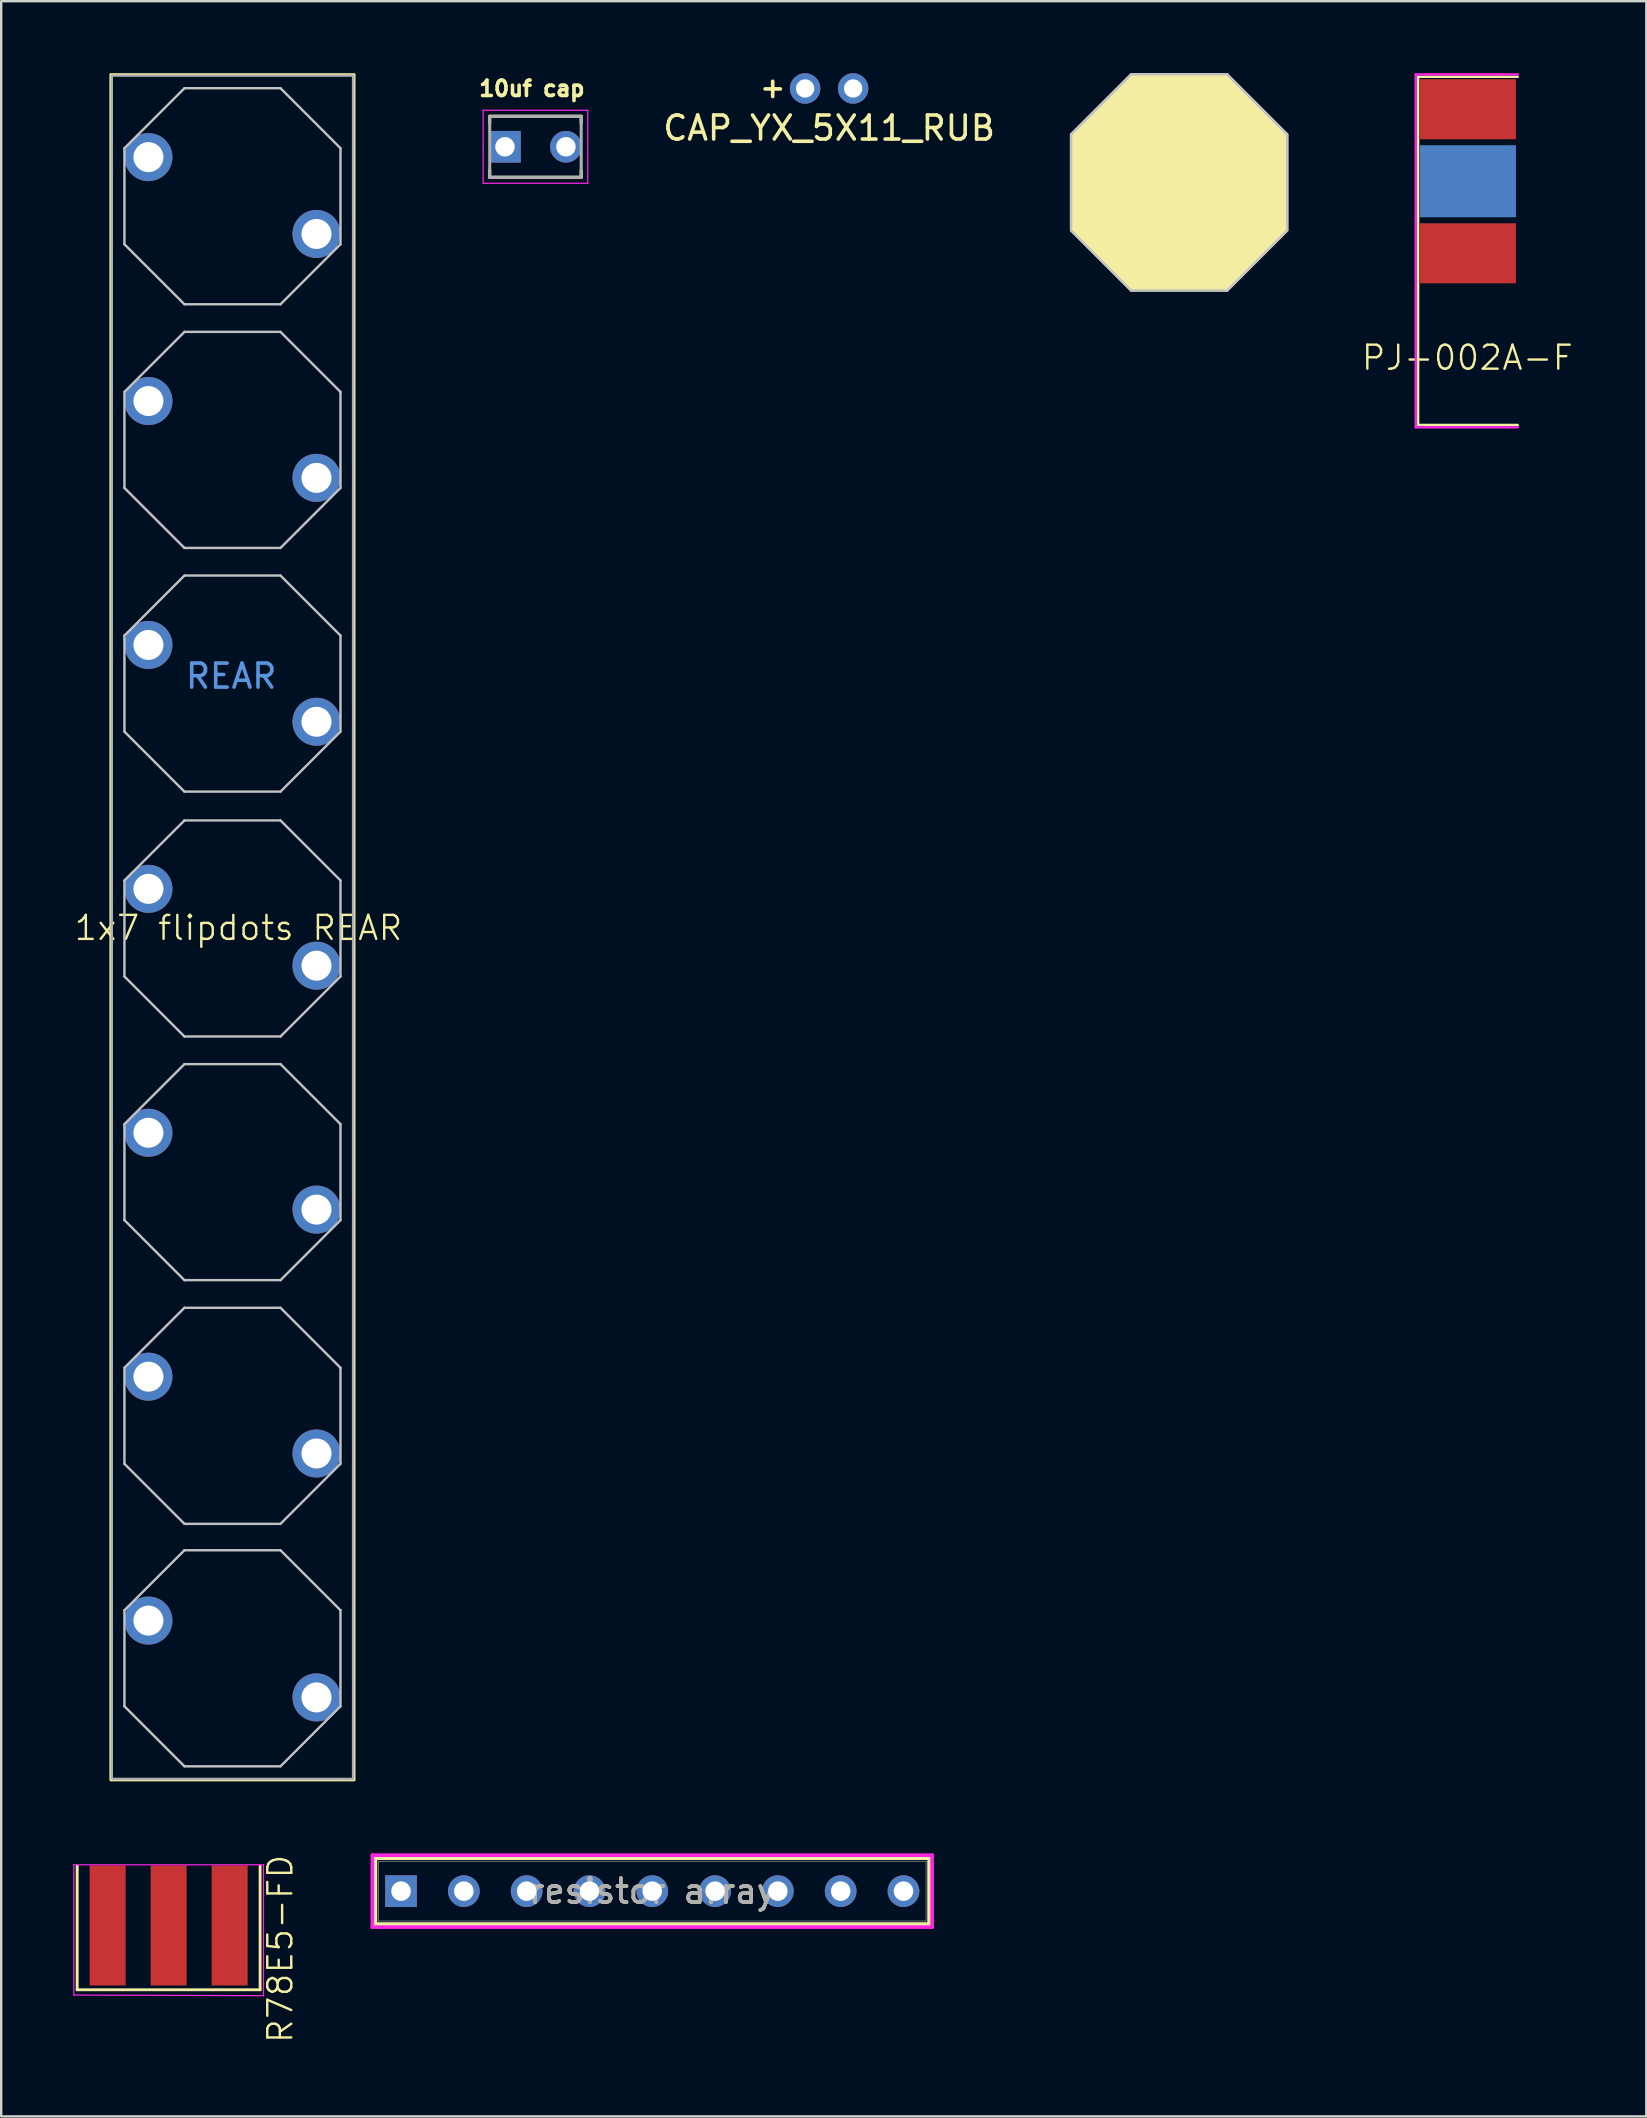
<source format=kicad_pcb>
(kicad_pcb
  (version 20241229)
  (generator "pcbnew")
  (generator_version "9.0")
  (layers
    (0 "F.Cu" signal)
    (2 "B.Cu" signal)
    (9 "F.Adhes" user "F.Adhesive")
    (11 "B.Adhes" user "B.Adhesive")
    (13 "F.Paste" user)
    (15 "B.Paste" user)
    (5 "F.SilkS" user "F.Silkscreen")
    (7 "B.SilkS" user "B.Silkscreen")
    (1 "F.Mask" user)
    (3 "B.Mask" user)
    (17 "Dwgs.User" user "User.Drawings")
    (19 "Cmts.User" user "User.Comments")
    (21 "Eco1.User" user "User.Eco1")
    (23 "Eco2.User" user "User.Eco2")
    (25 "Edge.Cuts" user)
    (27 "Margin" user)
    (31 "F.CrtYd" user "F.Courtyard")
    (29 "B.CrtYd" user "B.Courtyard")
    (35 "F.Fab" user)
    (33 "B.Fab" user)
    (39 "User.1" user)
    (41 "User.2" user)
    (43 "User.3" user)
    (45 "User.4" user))
  (footprint "1x7 flipdots REAR"
    (layer "F.Cu")
    (at 6.633 35.6)
    (property "Reference" "1x7 flipdots REAR" (at 0.25 0 0) (unlocked yes) (layer "F.SilkS") (effects (font (size 1 1) (thickness 0.1))))
    (attr through_hole)
    (fp_rect (start 5.075 -35.55) (end -5.075 35.5) (stroke (width 0.1) (type default)) (fill no) (layer "F.SilkS"))
    (fp_line (start -4.5 -32.475) (end -2 -34.975) (stroke (width 0.1) (type default)) (layer "Dwgs.User"))
    (fp_line (start -4.5 -28.475) (end -4.5 -32.475) (stroke (width 0.1) (type default)) (layer "Dwgs.User"))
    (fp_line (start -4.5 -22.325) (end -2 -24.825) (stroke (width 0.1) (type default)) (layer "Dwgs.User"))
    (fp_line (start -4.5 -18.325) (end -4.5 -22.325) (stroke (width 0.1) (type default)) (layer "Dwgs.User"))
    (fp_line (start -4.5 -12.175) (end -2 -14.675) (stroke (width 0.1) (type default)) (layer "Dwgs.User"))
    (fp_line (start -4.5 -8.175) (end -4.5 -12.175) (stroke (width 0.1) (type default)) (layer "Dwgs.User"))
    (fp_line (start -4.5 -1.975) (end -2 -4.475) (stroke (width 0.1) (type default)) (layer "Dwgs.User"))
    (fp_line (start -4.5 2.025) (end -4.5 -1.975) (stroke (width 0.1) (type default)) (layer "Dwgs.User"))
    (fp_line (start -4.5 8.175) (end -2 5.675) (stroke (width 0.1) (type default)) (layer "Dwgs.User"))
    (fp_line (start -4.5 12.175) (end -4.5 8.175) (stroke (width 0.1) (type default)) (layer "Dwgs.User"))
    (fp_line (start -4.5 18.325) (end -2 15.825) (stroke (width 0.1) (type default)) (layer "Dwgs.User"))
    (fp_line (start -4.5 22.325) (end -4.5 18.325) (stroke (width 0.1) (type default)) (layer "Dwgs.User"))
    (fp_line (start -4.5 28.425) (end -2 25.925) (stroke (width 0.1) (type default)) (layer "Dwgs.User"))
    (fp_line (start -4.5 32.425) (end -4.5 28.425) (stroke (width 0.1) (type default)) (layer "Dwgs.User"))
    (fp_line (start -2 -34.975) (end 2 -34.975) (stroke (width 0.1) (type default)) (layer "Dwgs.User"))
    (fp_line (start -2 -25.975) (end -4.5 -28.475) (stroke (width 0.1) (type default)) (layer "Dwgs.User"))
    (fp_line (start -2 -24.825) (end 2 -24.825) (stroke (width 0.1) (type default)) (layer "Dwgs.User"))
    (fp_line (start -2 -15.825) (end -4.5 -18.325) (stroke (width 0.1) (type default)) (layer "Dwgs.User"))
    (fp_line (start -2 -14.675) (end 2 -14.675) (stroke (width 0.1) (type default)) (layer "Dwgs.User"))
    (fp_line (start -2 -5.675) (end -4.5 -8.175) (stroke (width 0.1) (type default)) (layer "Dwgs.User"))
    (fp_line (start -2 -4.475) (end 2 -4.475) (stroke (width 0.1) (type default)) (layer "Dwgs.User"))
    (fp_line (start -2 4.525) (end -4.5 2.025) (stroke (width 0.1) (type default)) (layer "Dwgs.User"))
    (fp_line (start -2 5.675) (end 2 5.675) (stroke (width 0.1) (type default)) (layer "Dwgs.User"))
    (fp_line (start -2 14.675) (end -4.5 12.175) (stroke (width 0.1) (type default)) (layer "Dwgs.User"))
    (fp_line (start -2 15.825) (end 2 15.825) (stroke (width 0.1) (type default)) (layer "Dwgs.User"))
    (fp_line (start -2 24.825) (end -4.5 22.325) (stroke (width 0.1) (type default)) (layer "Dwgs.User"))
    (fp_line (start -2 25.925) (end 2 25.925) (stroke (width 0.1) (type default)) (layer "Dwgs.User"))
    (fp_line (start -2 34.925) (end -4.5 32.425) (stroke (width 0.1) (type default)) (layer "Dwgs.User"))
    (fp_line (start 2 -34.975) (end 4.5 -32.475) (stroke (width 0.1) (type default)) (layer "Dwgs.User"))
    (fp_line (start 2 -25.975) (end -2 -25.975) (stroke (width 0.1) (type default)) (layer "Dwgs.User"))
    (fp_line (start 2 -24.825) (end 4.5 -22.325) (stroke (width 0.1) (type default)) (layer "Dwgs.User"))
    (fp_line (start 2 -15.825) (end -2 -15.825) (stroke (width 0.1) (type default)) (layer "Dwgs.User"))
    (fp_line (start 2 -14.675) (end 4.5 -12.175) (stroke (width 0.1) (type default)) (layer "Dwgs.User"))
    (fp_line (start 2 -5.675) (end -2 -5.675) (stroke (width 0.1) (type default)) (layer "Dwgs.User"))
    (fp_line (start 2 -4.475) (end 4.5 -1.975) (stroke (width 0.1) (type default)) (layer "Dwgs.User"))
    (fp_line (start 2 4.525) (end -2 4.525) (stroke (width 0.1) (type default)) (layer "Dwgs.User"))
    (fp_line (start 2 5.675) (end 4.5 8.175) (stroke (width 0.1) (type default)) (layer "Dwgs.User"))
    (fp_line (start 2 14.675) (end -2 14.675) (stroke (width 0.1) (type default)) (layer "Dwgs.User"))
    (fp_line (start 2 15.825) (end 4.5 18.325) (stroke (width 0.1) (type default)) (layer "Dwgs.User"))
    (fp_line (start 2 24.825) (end -2 24.825) (stroke (width 0.1) (type default)) (layer "Dwgs.User"))
    (fp_line (start 2 25.925) (end 4.5 28.425) (stroke (width 0.1) (type default)) (layer "Dwgs.User"))
    (fp_line (start 2 34.925) (end -2 34.925) (stroke (width 0.1) (type default)) (layer "Dwgs.User"))
    (fp_line (start 4.5 -32.475) (end 4.5 -28.475) (stroke (width 0.1) (type default)) (layer "Dwgs.User"))
    (fp_line (start 4.5 -28.475) (end 2 -25.975) (stroke (width 0.1) (type default)) (layer "Dwgs.User"))
    (fp_line (start 4.5 -22.325) (end 4.5 -18.325) (stroke (width 0.1) (type default)) (layer "Dwgs.User"))
    (fp_line (start 4.5 -18.325) (end 2 -15.825) (stroke (width 0.1) (type default)) (layer "Dwgs.User"))
    (fp_line (start 4.5 -12.175) (end 4.5 -8.175) (stroke (width 0.1) (type default)) (layer "Dwgs.User"))
    (fp_line (start 4.5 -8.175) (end 2 -5.675) (stroke (width 0.1) (type default)) (layer "Dwgs.User"))
    (fp_line (start 4.5 -1.975) (end 4.5 2.025) (stroke (width 0.1) (type default)) (layer "Dwgs.User"))
    (fp_line (start 4.5 2.025) (end 2 4.525) (stroke (width 0.1) (type default)) (layer "Dwgs.User"))
    (fp_line (start 4.5 8.175) (end 4.5 12.175) (stroke (width 0.1) (type default)) (layer "Dwgs.User"))
    (fp_line (start 4.5 12.175) (end 2 14.675) (stroke (width 0.1) (type default)) (layer "Dwgs.User"))
    (fp_line (start 4.5 18.325) (end 4.5 22.325) (stroke (width 0.1) (type default)) (layer "Dwgs.User"))
    (fp_line (start 4.5 22.325) (end 2 24.825) (stroke (width 0.1) (type default)) (layer "Dwgs.User"))
    (fp_line (start 4.5 28.425) (end 4.5 32.425) (stroke (width 0.1) (type default)) (layer "Dwgs.User"))
    (fp_line (start 4.5 32.425) (end 2 34.925) (stroke (width 0.1) (type default)) (layer "Dwgs.User"))
    (fp_rect (start 5.025 -35.5) (end -5.025 35.45) (stroke (width 0.1) (type default)) (fill no) (layer "F.Fab"))
    (fp_text user "REAR" (at 1.925 -9.9 0) (unlocked yes) (layer "Cmts.User") (effects (font (size 1 1) (thickness 0.15)) (justify right bottom)))
    (pad "1-UA" thru_hole circle (at -3.5 -32.105 90) (size 2 2) (drill 1.25) (layers "*.Cu" "*.Mask"))
    (pad "1-UB" thru_hole circle (at -3.5 -21.945 90) (size 2 2) (drill 1.25) (layers "*.Cu" "*.Mask"))
    (pad "1-UC" thru_hole circle (at -3.5 -11.785 90) (size 2 2) (drill 1.25) (layers "*.Cu" "*.Mask"))
    (pad "1-UD" thru_hole circle (at -3.5 -1.625 90) (size 2 2) (drill 1.25) (layers "*.Cu" "*.Mask"))
    (pad "1-UE" thru_hole circle (at -3.5 8.535 90) (size 2 2) (drill 1.25) (layers "*.Cu" "*.Mask"))
    (pad "1-UF" thru_hole circle (at -3.5 18.695 90) (size 2 2) (drill 1.25) (layers "*.Cu" "*.Mask"))
    (pad "1-UG" thru_hole circle (at -3.5 28.855 90) (size 2 2) (drill 1.25) (layers "*.Cu" "*.Mask"))
    (pad "2-UA" thru_hole circle (at 3.5 -28.905 90) (size 2 2) (drill 1.25) (layers "*.Cu" "*.Mask"))
    (pad "2-UB" thru_hole circle (at 3.5 -18.745 90) (size 2 2) (drill 1.25) (layers "*.Cu" "*.Mask"))
    (pad "2-UC" thru_hole circle (at 3.5 -8.585 90) (size 2 2) (drill 1.25) (layers "*.Cu" "*.Mask"))
    (pad "2-UD" thru_hole circle (at 3.5 1.575 90) (size 2 2) (drill 1.25) (layers "*.Cu" "*.Mask"))
    (pad "2-UE" thru_hole circle (at 3.5 11.735 90) (size 2 2) (drill 1.25) (layers "*.Cu" "*.Mask"))
    (pad "2-UF" thru_hole circle (at 3.5 21.895 90) (size 2 2) (drill 1.25) (layers "*.Cu" "*.Mask"))
    (pad "2-UG" thru_hole circle (at 3.5 32.055 90) (size 2 2) (drill 1.25) (layers "*.Cu" "*.Mask")))
  (footprint "PJ-002A-F"
    (layer "F.Cu")
    (at 58.097 4.5)
    (property "Reference" "PJ-002A-F" (at -0.025 7.35 0) (unlocked yes) (layer "F.SilkS") (effects (font (size 1 1) (thickness 0.1))))
    (attr smd)
    (fp_line (start -2.075 -4.35) (end -2.075 10.15) (stroke (width 0.1) (type default)) (layer "F.SilkS"))
    (fp_line (start -2.075 -4.35) (end 2.075 -4.35) (stroke (width 0.1) (type default)) (layer "F.SilkS"))
    (fp_line (start -2.075 10.15) (end 2.075 10.15) (stroke (width 0.1) (type default)) (layer "F.SilkS"))
    (fp_line (start -2.175 -4.45) (end -2.175 10.25) (stroke (width 0.1) (type default)) (layer "F.CrtYd"))
    (fp_line (start -2.175 -4.45) (end 2.075 -4.45) (stroke (width 0.1) (type default)) (layer "F.CrtYd"))
    (fp_line (start -2.175 10.25) (end 2.075 10.25) (stroke (width 0.1) (type default)) (layer "F.CrtYd"))
    (pad "1" smd rect (at 0 -3) (size 4 2.5) (layers "F.Cu" "F.Mask" "F.Paste"))
    (pad "2" smd rect (at 0 3) (size 4 2.5) (layers "F.Cu" "F.Mask" "F.Paste"))
    (pad "3" smd rect (at 0 0) (size 4 3) (layers "B.Cu" "B.Mask" "B.Paste")))
  (footprint "CAP_YX_5X11_RUB"
    (layer "F.Cu")
    (at 30.487 0.635)
    (property "Reference" "CAP_YX_5X11_RUB" (at 1 1.65 0) (unlocked yes) (layer "F.SilkS") (effects (font (size 1 1) (thickness 0.15))))
    (attr through_hole)
    (fp_line (start -1.667 0.018) (end -1.032 0.018) (stroke (width 0.152) (type solid)) (layer "F.SilkS"))
    (fp_line (start -1.35 -0.3) (end -1.35 0.335) (stroke (width 0.152) (type solid)) (layer "F.SilkS"))
    (pad "1" thru_hole circle (at 0 0) (size 1.27 1.27) (drill 0.762) (layers "*.Cu" "*.Mask"))
    (pad "2" thru_hole circle (at 2 0) (size 1.27 1.27) (drill 0.762) (layers "*.Cu" "*.Mask")))
  (footprint "resistor array"
    (layer "F.Cu")
    (at 13.655 75.725)
    (property "Reference" "resistor array" (at 10.465 0 0) (unlocked yes) (layer "F.SilkS") (effects (font (size 1 1) (thickness 0.15))))
    (attr through_hole)
    (fp_line (start -1.067 -1.372) (end -1.067 1.372) (stroke (width 0.152) (type solid)) (layer "F.SilkS"))
    (fp_line (start 21.996 -1.372) (end -1.067 -1.372) (stroke (width 0.152) (type solid)) (layer "F.SilkS"))
    (fp_line (start 21.996 -1.372) (end 21.996 1.372) (stroke (width 0.152) (type solid)) (layer "F.SilkS"))
    (fp_line (start 21.996 1.372) (end -1.067 1.372) (stroke (width 0.152) (type solid)) (layer "F.SilkS"))
    (fp_line (start -1.194 -1.499) (end -1.194 1.499) (stroke (width 0.152) (type solid)) (layer "F.CrtYd"))
    (fp_line (start -1.194 1.499) (end 22.123 1.499) (stroke (width 0.152) (type solid)) (layer "F.CrtYd"))
    (fp_line (start 22.123 -1.499) (end -1.194 -1.499) (stroke (width 0.152) (type solid)) (layer "F.CrtYd"))
    (fp_line (start 22.123 1.499) (end 22.123 -1.499) (stroke (width 0.152) (type solid)) (layer "F.CrtYd"))
    (fp_line (start -0.94 -1.245) (end -0.94 1.245) (stroke (width 0.025) (type solid)) (layer "F.Fab"))
    (fp_line (start 21.869 -1.245) (end -0.94 -1.245) (stroke (width 0.025) (type solid)) (layer "F.Fab"))
    (fp_line (start 21.869 -1.245) (end 21.869 1.245) (stroke (width 0.025) (type solid)) (layer "F.Fab"))
    (fp_line (start 21.869 1.245) (end -0.94 1.245) (stroke (width 0.025) (type solid)) (layer "F.Fab"))
    (fp_text user "${REFERENCE}" (at 10.465 0 0) (unlocked yes) (layer "F.Fab") (effects (font (size 1 1) (thickness 0.15))))
    (pad "1" thru_hole rect (at 0 0) (size 1.321 1.321) (drill 0.813) (layers "*.Cu" "*.Mask"))
    (pad "2" thru_hole circle (at 2.616 0) (size 1.321 1.321) (drill 0.813) (layers "*.Cu" "*.Mask"))
    (pad "3" thru_hole circle (at 5.232 0) (size 1.321 1.321) (drill 0.813) (layers "*.Cu" "*.Mask"))
    (pad "4" thru_hole circle (at 7.849 0) (size 1.321 1.321) (drill 0.813) (layers "*.Cu" "*.Mask"))
    (pad "5" thru_hole circle (at 10.465 0) (size 1.321 1.321) (drill 0.813) (layers "*.Cu" "*.Mask"))
    (pad "6" thru_hole circle (at 13.081 0) (size 1.321 1.321) (drill 0.813) (layers "*.Cu" "*.Mask"))
    (pad "7" thru_hole circle (at 15.697 0) (size 1.321 1.321) (drill 0.813) (layers "*.Cu" "*.Mask"))
    (pad "8" thru_hole circle (at 18.313 0) (size 1.321 1.321) (drill 0.813) (layers "*.Cu" "*.Mask"))
    (pad "9" thru_hole circle (at 20.93 0) (size 1.321 1.321) (drill 0.813) (layers "*.Cu" "*.Mask")))
  (footprint "R78E5-FD"
    (layer "F.Cu")
    (at 3.975 77.179)
    (property "Reference" "R78E5-FD" (at 4.65 0.95 90) (unlocked yes) (layer "F.SilkS") (effects (font (size 1 1) (thickness 0.1))))
    (attr smd)
    (fp_line (start -3.81 2.655) (end -3.81 -2.5) (stroke (width 0.12) (type default)) (layer "F.SilkS"))
    (fp_line (start -3.81 2.655) (end 3.81 2.655) (stroke (width 0.12) (type default)) (layer "F.SilkS"))
    (fp_line (start 3.81 2.655) (end 3.81 -2.5) (stroke (width 0.12) (type default)) (layer "F.SilkS"))
    (fp_line (start -3.95 -2.55) (end -3.95 2.875) (stroke (width 0.05) (type default)) (layer "F.CrtYd"))
    (fp_line (start -3.95 -2.55) (end 3.95 -2.55) (stroke (width 0.05) (type default)) (layer "F.CrtYd"))
    (fp_line (start -3.95 2.875) (end 3.95 2.9) (stroke (width 0.05) (type default)) (layer "F.CrtYd"))
    (fp_line (start 3.95 -2.55) (end 3.95 2.9) (stroke (width 0.05) (type default)) (layer "F.CrtYd"))
    (pad "1" smd rect (at 2.54 -0.025) (size 1.5 5) (layers "F.Cu" "F.Mask" "F.Paste"))
    (pad "2" smd rect (at 0 -0.025) (size 1.5 5) (layers "F.Cu" "F.Mask" "F.Paste"))
    (pad "3" smd rect (at -2.54 -0.025) (size 1.5 5) (layers "F.Cu" "F.Mask" "F.Paste")))
  (footprint "Octagon"
    (layer "F.Cu")
    (at 46.042 4.55)
    (property "Reference" "Octagon" (at 0 -0.5 0) (unlocked yes) (layer "F.SilkS") (effects (font (size 1 1) (thickness 0.1))))
    (fp_poly (pts (xy -4.475 -2) (xy -4.475 2) (xy -1.975 4.5) (xy 2.025 4.5) (xy 4.525 2) (xy 4.525 -2) (xy 2.025 -4.5) (xy -1.975 -4.5)) (stroke (width 0.1) (type solid)) (fill yes) (layer "F.SilkS"))
    (fp_line (start -4.475 -2) (end -1.975 -4.5) (stroke (width 0.1) (type default)) (layer "Dwgs.User"))
    (fp_line (start -4.475 2) (end -4.475 -2) (stroke (width 0.1) (type default)) (layer "Dwgs.User"))
    (fp_line (start -1.975 -4.5) (end 2.025 -4.5) (stroke (width 0.1) (type default)) (layer "Dwgs.User"))
    (fp_line (start -1.975 4.5) (end -4.475 2) (stroke (width 0.1) (type default)) (layer "Dwgs.User"))
    (fp_line (start 2.025 -4.5) (end 4.525 -2) (stroke (width 0.1) (type default)) (layer "Dwgs.User"))
    (fp_line (start 2.025 4.5) (end -1.975 4.5) (stroke (width 0.1) (type default)) (layer "Dwgs.User"))
    (fp_line (start 4.525 -2) (end 4.525 2) (stroke (width 0.1) (type default)) (layer "Dwgs.User"))
    (fp_line (start 4.525 2) (end 2.025 4.5) (stroke (width 0.1) (type default)) (layer "Dwgs.User")))
  (footprint "10uf cap"
    (layer "F.Cu")
    (at 19.254 3.064)
    (property "Reference" "10uf cap" (at -0.147 -2.426 0) (layer "F.SilkS") (effects (font (size 0.64 0.64) (thickness 0.15))))
    (attr through_hole)
    (fp_line (start -1.905 -1.27) (end -1.905 -0.979) (stroke (width 0.127) (type solid)) (layer "F.SilkS"))
    (fp_line (start -1.905 1.27) (end -1.905 0.979) (stroke (width 0.127) (type solid)) (layer "F.SilkS"))
    (fp_line (start -1.905 1.27) (end 1.905 1.27) (stroke (width 0.127) (type solid)) (layer "F.SilkS"))
    (fp_line (start 1.905 -1.27) (end -1.905 -1.27) (stroke (width 0.127) (type solid)) (layer "F.SilkS"))
    (fp_line (start 1.905 -0.979) (end 1.905 -1.27) (stroke (width 0.127) (type solid)) (layer "F.SilkS"))
    (fp_line (start 1.905 1.27) (end 1.905 0.979) (stroke (width 0.127) (type solid)) (layer "F.SilkS"))
    (fp_line (start -2.179 -1.52) (end -2.179 1.52) (stroke (width 0.05) (type solid)) (layer "F.CrtYd"))
    (fp_line (start -2.179 1.52) (end 2.179 1.52) (stroke (width 0.05) (type solid)) (layer "F.CrtYd"))
    (fp_line (start 2.179 -1.52) (end -2.179 -1.52) (stroke (width 0.05) (type solid)) (layer "F.CrtYd"))
    (fp_line (start 2.179 1.52) (end 2.179 -1.52) (stroke (width 0.05) (type solid)) (layer "F.CrtYd"))
    (fp_line (start -1.905 -1.27) (end -1.905 1.27) (stroke (width 0.127) (type solid)) (layer "F.Fab"))
    (fp_line (start -1.905 1.27) (end 1.905 1.27) (stroke (width 0.127) (type solid)) (layer "F.Fab"))
    (fp_line (start 1.905 -1.27) (end -1.905 -1.27) (stroke (width 0.127) (type solid)) (layer "F.Fab"))
    (fp_line (start 1.905 1.27) (end 1.905 -1.27) (stroke (width 0.127) (type solid)) (layer "F.Fab"))
    (pad "1" thru_hole rect (at -1.27 0) (size 1.318 1.318) (drill 0.81) (layers "*.Cu" "*.Mask"))
    (pad "2" thru_hole circle (at 1.27 0) (size 1.318 1.318) (drill 0.81) (layers "*.Cu" "*.Mask")))
  (gr_rect
    (start -3 -3)
    (end 65.527 85.107)
    (stroke (width 0.1) (type default))
    (fill no)
    (layer "Edge.Cuts")))
</source>
